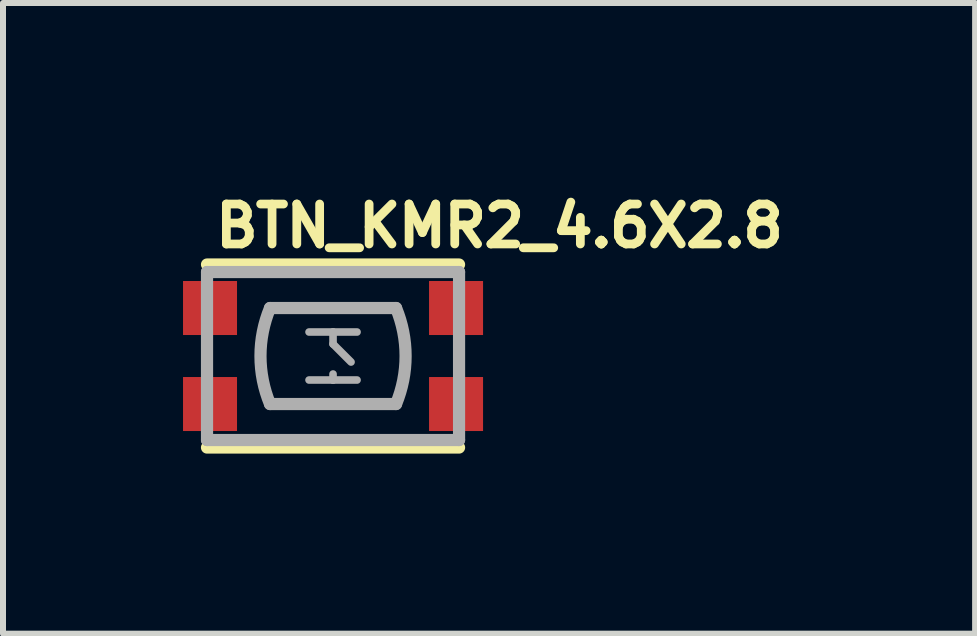
<source format=kicad_pcb>
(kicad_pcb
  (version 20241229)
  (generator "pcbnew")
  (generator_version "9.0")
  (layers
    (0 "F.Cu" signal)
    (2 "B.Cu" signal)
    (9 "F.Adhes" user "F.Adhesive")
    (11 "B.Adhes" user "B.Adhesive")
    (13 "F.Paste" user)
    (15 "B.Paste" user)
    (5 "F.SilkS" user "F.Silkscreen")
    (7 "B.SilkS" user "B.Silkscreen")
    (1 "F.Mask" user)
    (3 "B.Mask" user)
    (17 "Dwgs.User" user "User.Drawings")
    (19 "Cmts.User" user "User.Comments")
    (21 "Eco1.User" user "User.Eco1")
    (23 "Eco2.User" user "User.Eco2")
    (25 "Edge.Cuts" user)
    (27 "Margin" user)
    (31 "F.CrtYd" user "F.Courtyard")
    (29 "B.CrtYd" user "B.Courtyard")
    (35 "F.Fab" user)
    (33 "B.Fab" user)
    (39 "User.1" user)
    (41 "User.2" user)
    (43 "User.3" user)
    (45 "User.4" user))
  (footprint "BTN_KMR2_4.6X2.8"
    (layer "F.Cu")
    (at 2.5 2.883)
    (property "Reference" "BTN_KMR2_4.6X2.8" (at -2.032 -1.778 0) (layer "F.SilkS") (effects (font (size 0.666 0.666) (thickness 0.146)) (justify left bottom)))
    (fp_line (start -2.1 -1.525) (end 2.1 -1.525) (stroke (width 0.203) (type solid)) (layer "F.SilkS"))
    (fp_line (start 2.1 1.525) (end -2.1 1.525) (stroke (width 0.203) (type solid)) (layer "F.SilkS"))
    (fp_line (start -2.1 -1.4) (end 2.1 -1.4) (stroke (width 0.203) (type solid)) (layer "F.Fab"))
    (fp_line (start -2.1 1.4) (end -2.1 -1.4) (stroke (width 0.203) (type solid)) (layer "F.Fab"))
    (fp_line (start -1.05 -0.8) (end 1.05 -0.8) (stroke (width 0.203) (type solid)) (layer "F.Fab"))
    (fp_line (start -0.4 -0.4) (end 0 -0.4) (stroke (width 0.127) (type solid)) (layer "F.Fab"))
    (fp_line (start -0.4 0.4) (end 0 0.4) (stroke (width 0.127) (type solid)) (layer "F.Fab"))
    (fp_line (start 0 -0.4) (end 0 -0.2) (stroke (width 0.127) (type solid)) (layer "F.Fab"))
    (fp_line (start 0 -0.4) (end 0.4 -0.4) (stroke (width 0.127) (type solid)) (layer "F.Fab"))
    (fp_line (start 0 -0.2) (end 0.3 0.1) (stroke (width 0.127) (type solid)) (layer "F.Fab"))
    (fp_line (start 0 0.4) (end 0 0.3) (stroke (width 0.127) (type solid)) (layer "F.Fab"))
    (fp_line (start 0 0.4) (end 0.4 0.4) (stroke (width 0.127) (type solid)) (layer "F.Fab"))
    (fp_line (start 1.05 0.8) (end -1.05 0.8) (stroke (width 0.203) (type solid)) (layer "F.Fab"))
    (fp_line (start 2.1 -1.4) (end 2.1 1.4) (stroke (width 0.203) (type solid)) (layer "F.Fab"))
    (fp_line (start 2.1 1.4) (end -2.1 1.4) (stroke (width 0.203) (type solid)) (layer "F.Fab"))
    (fp_arc (start -1.05 0.8) (mid -1.209128 0) (end -1.05 -0.799999) (stroke (width 0.2032) (type solid)) (layer "F.Fab"))
    (fp_arc (start 1.05 -0.8) (mid 1.209128 0) (end 1.05 0.799999) (stroke (width 0.2032) (type solid)) (layer "F.Fab"))
    (pad "A" smd rect (at 2.05 -0.8) (size 0.9 0.9) (layers "F.Cu" "F.Mask" "F.Paste"))
    (pad "A'" smd rect (at -2.05 -0.8) (size 0.9 0.9) (layers "F.Cu" "F.Mask" "F.Paste"))
    (pad "B" smd rect (at 2.05 0.8) (size 0.9 0.9) (layers "F.Cu" "F.Mask" "F.Paste"))
    (pad "B'" smd rect (at -2.05 0.8) (size 0.9 0.9) (layers "F.Cu" "F.Mask" "F.Paste")))
  (gr_rect
    (start -3 -3)
    (end 13.2 7.51)
    (stroke (width 0.1) (type default))
    (fill no)
    (layer "Edge.Cuts")))
</source>
